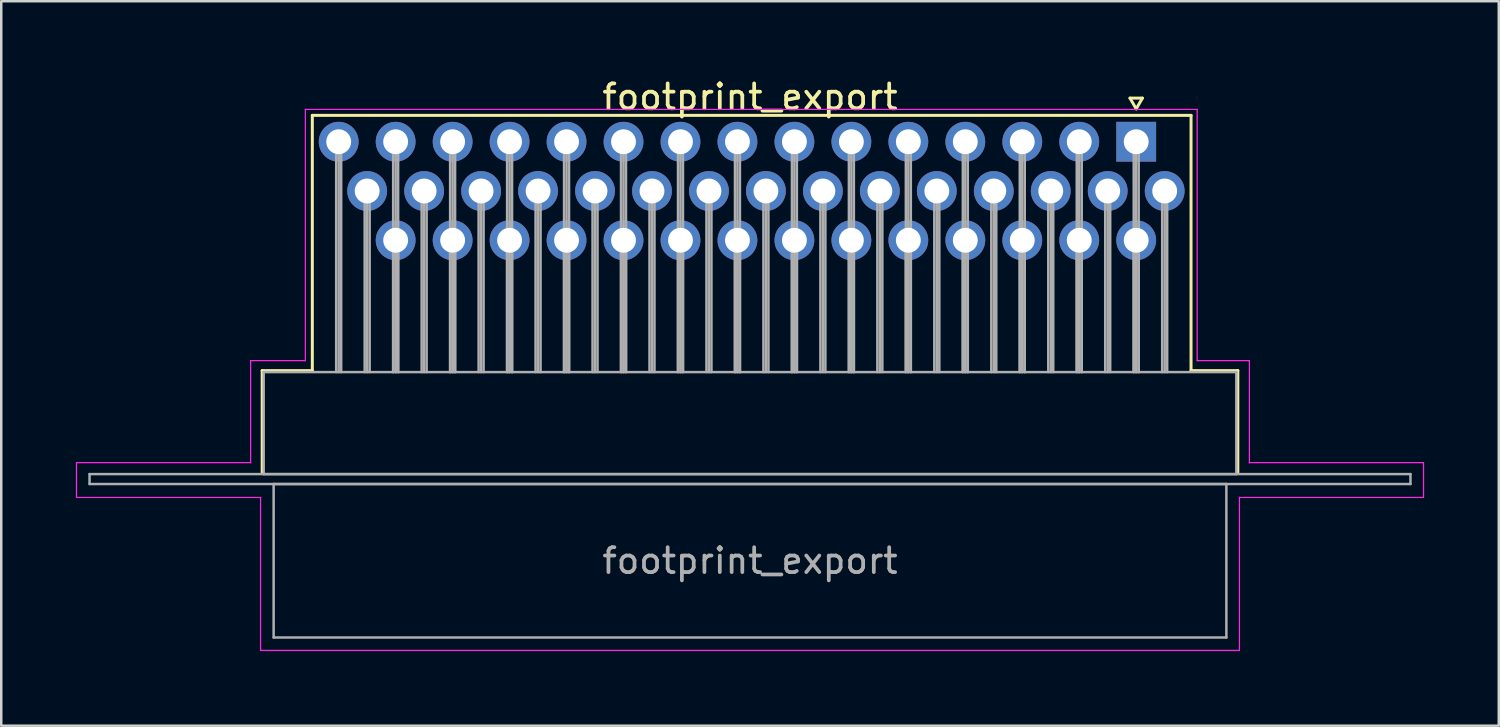
<source format=kicad_pcb>
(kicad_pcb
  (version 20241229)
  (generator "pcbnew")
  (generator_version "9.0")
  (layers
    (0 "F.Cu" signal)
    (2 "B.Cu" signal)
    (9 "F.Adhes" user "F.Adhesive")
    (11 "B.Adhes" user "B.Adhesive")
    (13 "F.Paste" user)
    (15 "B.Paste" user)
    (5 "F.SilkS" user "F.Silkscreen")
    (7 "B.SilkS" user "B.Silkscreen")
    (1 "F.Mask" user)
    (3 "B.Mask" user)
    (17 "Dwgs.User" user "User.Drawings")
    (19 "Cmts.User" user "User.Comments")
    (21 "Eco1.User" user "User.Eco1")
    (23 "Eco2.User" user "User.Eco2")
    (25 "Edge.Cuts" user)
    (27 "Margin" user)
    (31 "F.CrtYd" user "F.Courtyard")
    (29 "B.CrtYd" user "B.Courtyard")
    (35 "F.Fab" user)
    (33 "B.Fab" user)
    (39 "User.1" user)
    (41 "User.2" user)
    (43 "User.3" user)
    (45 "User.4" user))
  (footprint "footprint_export"
    (layer "F.Cu")
    (at 42.625 2.648)
    (property "Reference" "footprint_export" (at -15.525 -1.8 0) (layer "F.SilkS") (effects (font (size 1 1) (thickness 0.15))))
    (attr through_hole)
    (fp_line (start -35.135 9.2) (end -33.12 9.2) (stroke (width 0.12) (type solid)) (layer "F.SilkS"))
    (fp_line (start -35.135 13.3) (end -35.135 9.2) (stroke (width 0.12) (type solid)) (layer "F.SilkS"))
    (fp_line (start -33.12 -1.06) (end 2.205 -1.06) (stroke (width 0.12) (type solid)) (layer "F.SilkS"))
    (fp_line (start -33.12 9.2) (end -33.12 -1.06) (stroke (width 0.12) (type solid)) (layer "F.SilkS"))
    (fp_line (start -0.25 -1.754) (end 0.25 -1.754) (stroke (width 0.12) (type solid)) (layer "F.SilkS"))
    (fp_line (start 0 -1.321) (end -0.25 -1.754) (stroke (width 0.12) (type solid)) (layer "F.SilkS"))
    (fp_line (start 0.25 -1.754) (end 0 -1.321) (stroke (width 0.12) (type solid)) (layer "F.SilkS"))
    (fp_line (start 2.205 -1.06) (end 2.205 9.2) (stroke (width 0.12) (type solid)) (layer "F.SilkS"))
    (fp_line (start 2.205 9.2) (end 4.085 9.2) (stroke (width 0.12) (type solid)) (layer "F.SilkS"))
    (fp_line (start 4.085 9.2) (end 4.085 13.3) (stroke (width 0.12) (type solid)) (layer "F.SilkS"))
    (fp_line (start -42.6 12.9) (end -35.6 12.9) (stroke (width 0.05) (type solid)) (layer "F.CrtYd"))
    (fp_line (start -42.6 14.3) (end -42.6 12.9) (stroke (width 0.05) (type solid)) (layer "F.CrtYd"))
    (fp_line (start -35.6 8.8) (end -33.4 8.8) (stroke (width 0.05) (type solid)) (layer "F.CrtYd"))
    (fp_line (start -35.6 12.9) (end -35.6 8.8) (stroke (width 0.05) (type solid)) (layer "F.CrtYd"))
    (fp_line (start -35.2 14.3) (end -42.6 14.3) (stroke (width 0.05) (type solid)) (layer "F.CrtYd"))
    (fp_line (start -35.2 20.45) (end -35.2 14.3) (stroke (width 0.05) (type solid)) (layer "F.CrtYd"))
    (fp_line (start -33.4 -1.3) (end 2.45 -1.3) (stroke (width 0.05) (type solid)) (layer "F.CrtYd"))
    (fp_line (start -33.4 8.8) (end -33.4 -1.3) (stroke (width 0.05) (type solid)) (layer "F.CrtYd"))
    (fp_line (start 2.45 -1.3) (end 2.45 8.8) (stroke (width 0.05) (type solid)) (layer "F.CrtYd"))
    (fp_line (start 2.45 8.8) (end 4.55 8.8) (stroke (width 0.05) (type solid)) (layer "F.CrtYd"))
    (fp_line (start 4.15 14.3) (end 4.15 20.45) (stroke (width 0.05) (type solid)) (layer "F.CrtYd"))
    (fp_line (start 4.15 20.45) (end -35.2 20.45) (stroke (width 0.05) (type solid)) (layer "F.CrtYd"))
    (fp_line (start 4.55 8.8) (end 4.55 12.9) (stroke (width 0.05) (type solid)) (layer "F.CrtYd"))
    (fp_line (start 4.55 12.9) (end 11.55 12.9) (stroke (width 0.05) (type solid)) (layer "F.CrtYd"))
    (fp_line (start 11.55 12.9) (end 11.55 14.3) (stroke (width 0.05) (type solid)) (layer "F.CrtYd"))
    (fp_line (start 11.55 14.3) (end 4.15 14.3) (stroke (width 0.05) (type solid)) (layer "F.CrtYd"))
    (fp_line (start -42.075 13.36) (end -42.075 13.76) (stroke (width 0.1) (type solid)) (layer "F.Fab"))
    (fp_line (start -42.075 13.76) (end 11.025 13.76) (stroke (width 0.1) (type solid)) (layer "F.Fab"))
    (fp_line (start -35.075 9.26) (end -35.075 13.36) (stroke (width 0.1) (type solid)) (layer "F.Fab"))
    (fp_line (start -35.075 13.36) (end 4.025 13.36) (stroke (width 0.1) (type solid)) (layer "F.Fab"))
    (fp_line (start -34.675 13.76) (end -34.675 19.93) (stroke (width 0.1) (type solid)) (layer "F.Fab"))
    (fp_line (start -34.675 19.93) (end 3.625 19.93) (stroke (width 0.1) (type solid)) (layer "F.Fab"))
    (fp_line (start -32.16 0) (end -32.16 9.26) (stroke (width 0.1) (type solid)) (layer "F.Fab"))
    (fp_line (start -32.06 0) (end -32.06 9.26) (stroke (width 0.1) (type solid)) (layer "F.Fab"))
    (fp_line (start -31.96 0) (end -31.96 9.26) (stroke (width 0.1) (type solid)) (layer "F.Fab"))
    (fp_line (start -31.015 1.98) (end -31.015 9.26) (stroke (width 0.1) (type solid)) (layer "F.Fab"))
    (fp_line (start -30.915 1.98) (end -30.915 9.26) (stroke (width 0.1) (type solid)) (layer "F.Fab"))
    (fp_line (start -30.815 1.98) (end -30.815 9.26) (stroke (width 0.1) (type solid)) (layer "F.Fab"))
    (fp_line (start -29.87 0) (end -29.87 9.26) (stroke (width 0.1) (type solid)) (layer "F.Fab"))
    (fp_line (start -29.87 3.96) (end -29.87 9.26) (stroke (width 0.1) (type solid)) (layer "F.Fab"))
    (fp_line (start -29.77 0) (end -29.77 9.26) (stroke (width 0.1) (type solid)) (layer "F.Fab"))
    (fp_line (start -29.77 3.96) (end -29.77 9.26) (stroke (width 0.1) (type solid)) (layer "F.Fab"))
    (fp_line (start -29.67 0) (end -29.67 9.26) (stroke (width 0.1) (type solid)) (layer "F.Fab"))
    (fp_line (start -29.67 3.96) (end -29.67 9.26) (stroke (width 0.1) (type solid)) (layer "F.Fab"))
    (fp_line (start -28.725 1.98) (end -28.725 9.26) (stroke (width 0.1) (type solid)) (layer "F.Fab"))
    (fp_line (start -28.625 1.98) (end -28.625 9.26) (stroke (width 0.1) (type solid)) (layer "F.Fab"))
    (fp_line (start -28.525 1.98) (end -28.525 9.26) (stroke (width 0.1) (type solid)) (layer "F.Fab"))
    (fp_line (start -27.58 0) (end -27.58 9.26) (stroke (width 0.1) (type solid)) (layer "F.Fab"))
    (fp_line (start -27.58 3.96) (end -27.58 9.26) (stroke (width 0.1) (type solid)) (layer "F.Fab"))
    (fp_line (start -27.48 0) (end -27.48 9.26) (stroke (width 0.1) (type solid)) (layer "F.Fab"))
    (fp_line (start -27.48 3.96) (end -27.48 9.26) (stroke (width 0.1) (type solid)) (layer "F.Fab"))
    (fp_line (start -27.38 0) (end -27.38 9.26) (stroke (width 0.1) (type solid)) (layer "F.Fab"))
    (fp_line (start -27.38 3.96) (end -27.38 9.26) (stroke (width 0.1) (type solid)) (layer "F.Fab"))
    (fp_line (start -26.435 1.98) (end -26.435 9.26) (stroke (width 0.1) (type solid)) (layer "F.Fab"))
    (fp_line (start -26.335 1.98) (end -26.335 9.26) (stroke (width 0.1) (type solid)) (layer "F.Fab"))
    (fp_line (start -26.235 1.98) (end -26.235 9.26) (stroke (width 0.1) (type solid)) (layer "F.Fab"))
    (fp_line (start -25.29 0) (end -25.29 9.26) (stroke (width 0.1) (type solid)) (layer "F.Fab"))
    (fp_line (start -25.29 3.96) (end -25.29 9.26) (stroke (width 0.1) (type solid)) (layer "F.Fab"))
    (fp_line (start -25.19 0) (end -25.19 9.26) (stroke (width 0.1) (type solid)) (layer "F.Fab"))
    (fp_line (start -25.19 3.96) (end -25.19 9.26) (stroke (width 0.1) (type solid)) (layer "F.Fab"))
    (fp_line (start -25.09 0) (end -25.09 9.26) (stroke (width 0.1) (type solid)) (layer "F.Fab"))
    (fp_line (start -25.09 3.96) (end -25.09 9.26) (stroke (width 0.1) (type solid)) (layer "F.Fab"))
    (fp_line (start -24.145 1.98) (end -24.145 9.26) (stroke (width 0.1) (type solid)) (layer "F.Fab"))
    (fp_line (start -24.045 1.98) (end -24.045 9.26) (stroke (width 0.1) (type solid)) (layer "F.Fab"))
    (fp_line (start -23.945 1.98) (end -23.945 9.26) (stroke (width 0.1) (type solid)) (layer "F.Fab"))
    (fp_line (start -23 0) (end -23 9.26) (stroke (width 0.1) (type solid)) (layer "F.Fab"))
    (fp_line (start -23 3.96) (end -23 9.26) (stroke (width 0.1) (type solid)) (layer "F.Fab"))
    (fp_line (start -22.9 0) (end -22.9 9.26) (stroke (width 0.1) (type solid)) (layer "F.Fab"))
    (fp_line (start -22.9 3.96) (end -22.9 9.26) (stroke (width 0.1) (type solid)) (layer "F.Fab"))
    (fp_line (start -22.8 0) (end -22.8 9.26) (stroke (width 0.1) (type solid)) (layer "F.Fab"))
    (fp_line (start -22.8 3.96) (end -22.8 9.26) (stroke (width 0.1) (type solid)) (layer "F.Fab"))
    (fp_line (start -21.855 1.98) (end -21.855 9.26) (stroke (width 0.1) (type solid)) (layer "F.Fab"))
    (fp_line (start -21.755 1.98) (end -21.755 9.26) (stroke (width 0.1) (type solid)) (layer "F.Fab"))
    (fp_line (start -21.655 1.98) (end -21.655 9.26) (stroke (width 0.1) (type solid)) (layer "F.Fab"))
    (fp_line (start -20.71 0) (end -20.71 9.26) (stroke (width 0.1) (type solid)) (layer "F.Fab"))
    (fp_line (start -20.71 3.96) (end -20.71 9.26) (stroke (width 0.1) (type solid)) (layer "F.Fab"))
    (fp_line (start -20.61 0) (end -20.61 9.26) (stroke (width 0.1) (type solid)) (layer "F.Fab"))
    (fp_line (start -20.61 3.96) (end -20.61 9.26) (stroke (width 0.1) (type solid)) (layer "F.Fab"))
    (fp_line (start -20.51 0) (end -20.51 9.26) (stroke (width 0.1) (type solid)) (layer "F.Fab"))
    (fp_line (start -20.51 3.96) (end -20.51 9.26) (stroke (width 0.1) (type solid)) (layer "F.Fab"))
    (fp_line (start -19.565 1.98) (end -19.565 9.26) (stroke (width 0.1) (type solid)) (layer "F.Fab"))
    (fp_line (start -19.465 1.98) (end -19.465 9.26) (stroke (width 0.1) (type solid)) (layer "F.Fab"))
    (fp_line (start -19.365 1.98) (end -19.365 9.26) (stroke (width 0.1) (type solid)) (layer "F.Fab"))
    (fp_line (start -18.42 0) (end -18.42 9.26) (stroke (width 0.1) (type solid)) (layer "F.Fab"))
    (fp_line (start -18.42 3.96) (end -18.42 9.26) (stroke (width 0.1) (type solid)) (layer "F.Fab"))
    (fp_line (start -18.32 0) (end -18.32 9.26) (stroke (width 0.1) (type solid)) (layer "F.Fab"))
    (fp_line (start -18.32 3.96) (end -18.32 9.26) (stroke (width 0.1) (type solid)) (layer "F.Fab"))
    (fp_line (start -18.22 0) (end -18.22 9.26) (stroke (width 0.1) (type solid)) (layer "F.Fab"))
    (fp_line (start -18.22 3.96) (end -18.22 9.26) (stroke (width 0.1) (type solid)) (layer "F.Fab"))
    (fp_line (start -17.275 1.98) (end -17.275 9.26) (stroke (width 0.1) (type solid)) (layer "F.Fab"))
    (fp_line (start -17.175 1.98) (end -17.175 9.26) (stroke (width 0.1) (type solid)) (layer "F.Fab"))
    (fp_line (start -17.075 1.98) (end -17.075 9.26) (stroke (width 0.1) (type solid)) (layer "F.Fab"))
    (fp_line (start -16.13 0) (end -16.13 9.26) (stroke (width 0.1) (type solid)) (layer "F.Fab"))
    (fp_line (start -16.13 3.96) (end -16.13 9.26) (stroke (width 0.1) (type solid)) (layer "F.Fab"))
    (fp_line (start -16.03 0) (end -16.03 9.26) (stroke (width 0.1) (type solid)) (layer "F.Fab"))
    (fp_line (start -16.03 3.96) (end -16.03 9.26) (stroke (width 0.1) (type solid)) (layer "F.Fab"))
    (fp_line (start -15.93 0) (end -15.93 9.26) (stroke (width 0.1) (type solid)) (layer "F.Fab"))
    (fp_line (start -15.93 3.96) (end -15.93 9.26) (stroke (width 0.1) (type solid)) (layer "F.Fab"))
    (fp_line (start -14.985 1.98) (end -14.985 9.26) (stroke (width 0.1) (type solid)) (layer "F.Fab"))
    (fp_line (start -14.885 1.98) (end -14.885 9.26) (stroke (width 0.1) (type solid)) (layer "F.Fab"))
    (fp_line (start -14.785 1.98) (end -14.785 9.26) (stroke (width 0.1) (type solid)) (layer "F.Fab"))
    (fp_line (start -13.84 0) (end -13.84 9.26) (stroke (width 0.1) (type solid)) (layer "F.Fab"))
    (fp_line (start -13.84 3.96) (end -13.84 9.26) (stroke (width 0.1) (type solid)) (layer "F.Fab"))
    (fp_line (start -13.74 0) (end -13.74 9.26) (stroke (width 0.1) (type solid)) (layer "F.Fab"))
    (fp_line (start -13.74 3.96) (end -13.74 9.26) (stroke (width 0.1) (type solid)) (layer "F.Fab"))
    (fp_line (start -13.64 0) (end -13.64 9.26) (stroke (width 0.1) (type solid)) (layer "F.Fab"))
    (fp_line (start -13.64 3.96) (end -13.64 9.26) (stroke (width 0.1) (type solid)) (layer "F.Fab"))
    (fp_line (start -12.695 1.98) (end -12.695 9.26) (stroke (width 0.1) (type solid)) (layer "F.Fab"))
    (fp_line (start -12.595 1.98) (end -12.595 9.26) (stroke (width 0.1) (type solid)) (layer "F.Fab"))
    (fp_line (start -12.495 1.98) (end -12.495 9.26) (stroke (width 0.1) (type solid)) (layer "F.Fab"))
    (fp_line (start -11.55 0) (end -11.55 9.26) (stroke (width 0.1) (type solid)) (layer "F.Fab"))
    (fp_line (start -11.55 3.96) (end -11.55 9.26) (stroke (width 0.1) (type solid)) (layer "F.Fab"))
    (fp_line (start -11.45 0) (end -11.45 9.26) (stroke (width 0.1) (type solid)) (layer "F.Fab"))
    (fp_line (start -11.45 3.96) (end -11.45 9.26) (stroke (width 0.1) (type solid)) (layer "F.Fab"))
    (fp_line (start -11.35 0) (end -11.35 9.26) (stroke (width 0.1) (type solid)) (layer "F.Fab"))
    (fp_line (start -11.35 3.96) (end -11.35 9.26) (stroke (width 0.1) (type solid)) (layer "F.Fab"))
    (fp_line (start -10.405 1.98) (end -10.405 9.26) (stroke (width 0.1) (type solid)) (layer "F.Fab"))
    (fp_line (start -10.305 1.98) (end -10.305 9.26) (stroke (width 0.1) (type solid)) (layer "F.Fab"))
    (fp_line (start -10.205 1.98) (end -10.205 9.26) (stroke (width 0.1) (type solid)) (layer "F.Fab"))
    (fp_line (start -9.26 0) (end -9.26 9.26) (stroke (width 0.1) (type solid)) (layer "F.Fab"))
    (fp_line (start -9.26 3.96) (end -9.26 9.26) (stroke (width 0.1) (type solid)) (layer "F.Fab"))
    (fp_line (start -9.16 0) (end -9.16 9.26) (stroke (width 0.1) (type solid)) (layer "F.Fab"))
    (fp_line (start -9.16 3.96) (end -9.16 9.26) (stroke (width 0.1) (type solid)) (layer "F.Fab"))
    (fp_line (start -9.06 0) (end -9.06 9.26) (stroke (width 0.1) (type solid)) (layer "F.Fab"))
    (fp_line (start -9.06 3.96) (end -9.06 9.26) (stroke (width 0.1) (type solid)) (layer "F.Fab"))
    (fp_line (start -8.115 1.98) (end -8.115 9.26) (stroke (width 0.1) (type solid)) (layer "F.Fab"))
    (fp_line (start -8.015 1.98) (end -8.015 9.26) (stroke (width 0.1) (type solid)) (layer "F.Fab"))
    (fp_line (start -7.915 1.98) (end -7.915 9.26) (stroke (width 0.1) (type solid)) (layer "F.Fab"))
    (fp_line (start -6.97 0) (end -6.97 9.26) (stroke (width 0.1) (type solid)) (layer "F.Fab"))
    (fp_line (start -6.97 3.96) (end -6.97 9.26) (stroke (width 0.1) (type solid)) (layer "F.Fab"))
    (fp_line (start -6.87 0) (end -6.87 9.26) (stroke (width 0.1) (type solid)) (layer "F.Fab"))
    (fp_line (start -6.87 3.96) (end -6.87 9.26) (stroke (width 0.1) (type solid)) (layer "F.Fab"))
    (fp_line (start -6.77 0) (end -6.77 9.26) (stroke (width 0.1) (type solid)) (layer "F.Fab"))
    (fp_line (start -6.77 3.96) (end -6.77 9.26) (stroke (width 0.1) (type solid)) (layer "F.Fab"))
    (fp_line (start -5.825 1.98) (end -5.825 9.26) (stroke (width 0.1) (type solid)) (layer "F.Fab"))
    (fp_line (start -5.725 1.98) (end -5.725 9.26) (stroke (width 0.1) (type solid)) (layer "F.Fab"))
    (fp_line (start -5.625 1.98) (end -5.625 9.26) (stroke (width 0.1) (type solid)) (layer "F.Fab"))
    (fp_line (start -4.68 0) (end -4.68 9.26) (stroke (width 0.1) (type solid)) (layer "F.Fab"))
    (fp_line (start -4.68 3.96) (end -4.68 9.26) (stroke (width 0.1) (type solid)) (layer "F.Fab"))
    (fp_line (start -4.58 0) (end -4.58 9.26) (stroke (width 0.1) (type solid)) (layer "F.Fab"))
    (fp_line (start -4.58 3.96) (end -4.58 9.26) (stroke (width 0.1) (type solid)) (layer "F.Fab"))
    (fp_line (start -4.48 0) (end -4.48 9.26) (stroke (width 0.1) (type solid)) (layer "F.Fab"))
    (fp_line (start -4.48 3.96) (end -4.48 9.26) (stroke (width 0.1) (type solid)) (layer "F.Fab"))
    (fp_line (start -3.535 1.98) (end -3.535 9.26) (stroke (width 0.1) (type solid)) (layer "F.Fab"))
    (fp_line (start -3.435 1.98) (end -3.435 9.26) (stroke (width 0.1) (type solid)) (layer "F.Fab"))
    (fp_line (start -3.335 1.98) (end -3.335 9.26) (stroke (width 0.1) (type solid)) (layer "F.Fab"))
    (fp_line (start -2.39 0) (end -2.39 9.26) (stroke (width 0.1) (type solid)) (layer "F.Fab"))
    (fp_line (start -2.39 3.96) (end -2.39 9.26) (stroke (width 0.1) (type solid)) (layer "F.Fab"))
    (fp_line (start -2.29 0) (end -2.29 9.26) (stroke (width 0.1) (type solid)) (layer "F.Fab"))
    (fp_line (start -2.29 3.96) (end -2.29 9.26) (stroke (width 0.1) (type solid)) (layer "F.Fab"))
    (fp_line (start -2.19 0) (end -2.19 9.26) (stroke (width 0.1) (type solid)) (layer "F.Fab"))
    (fp_line (start -2.19 3.96) (end -2.19 9.26) (stroke (width 0.1) (type solid)) (layer "F.Fab"))
    (fp_line (start -1.245 1.98) (end -1.245 9.26) (stroke (width 0.1) (type solid)) (layer "F.Fab"))
    (fp_line (start -1.145 1.98) (end -1.145 9.26) (stroke (width 0.1) (type solid)) (layer "F.Fab"))
    (fp_line (start -1.045 1.98) (end -1.045 9.26) (stroke (width 0.1) (type solid)) (layer "F.Fab"))
    (fp_line (start -0.1 0) (end -0.1 9.26) (stroke (width 0.1) (type solid)) (layer "F.Fab"))
    (fp_line (start -0.1 3.96) (end -0.1 9.26) (stroke (width 0.1) (type solid)) (layer "F.Fab"))
    (fp_line (start 0 0) (end 0 9.26) (stroke (width 0.1) (type solid)) (layer "F.Fab"))
    (fp_line (start 0 3.96) (end 0 9.26) (stroke (width 0.1) (type solid)) (layer "F.Fab"))
    (fp_line (start 0.1 0) (end 0.1 9.26) (stroke (width 0.1) (type solid)) (layer "F.Fab"))
    (fp_line (start 0.1 3.96) (end 0.1 9.26) (stroke (width 0.1) (type solid)) (layer "F.Fab"))
    (fp_line (start 1.045 1.98) (end 1.045 9.26) (stroke (width 0.1) (type solid)) (layer "F.Fab"))
    (fp_line (start 1.145 1.98) (end 1.145 9.26) (stroke (width 0.1) (type solid)) (layer "F.Fab"))
    (fp_line (start 1.245 1.98) (end 1.245 9.26) (stroke (width 0.1) (type solid)) (layer "F.Fab"))
    (fp_line (start 3.625 13.76) (end -34.675 13.76) (stroke (width 0.1) (type solid)) (layer "F.Fab"))
    (fp_line (start 3.625 19.93) (end 3.625 13.76) (stroke (width 0.1) (type solid)) (layer "F.Fab"))
    (fp_line (start 4.025 9.26) (end -35.075 9.26) (stroke (width 0.1) (type solid)) (layer "F.Fab"))
    (fp_line (start 4.025 13.36) (end 4.025 9.26) (stroke (width 0.1) (type solid)) (layer "F.Fab"))
    (fp_line (start 11.025 13.36) (end -42.075 13.36) (stroke (width 0.1) (type solid)) (layer "F.Fab"))
    (fp_line (start 11.025 13.76) (end 11.025 13.36) (stroke (width 0.1) (type solid)) (layer "F.Fab"))
    (fp_text user "${REFERENCE}" (at -15.525 16.845 0) (layer "F.Fab") (effects (font (size 1 1) (thickness 0.15))))
    (pad "1" thru_hole rect (at 0 0) (size 1.6 1.6) (drill 1) (layers "*.Cu" "*.Mask"))
    (pad "2" thru_hole circle (at -2.29 0) (size 1.6 1.6) (drill 1) (layers "*.Cu" "*.Mask"))
    (pad "3" thru_hole circle (at -4.58 0) (size 1.6 1.6) (drill 1) (layers "*.Cu" "*.Mask"))
    (pad "4" thru_hole circle (at -6.87 0) (size 1.6 1.6) (drill 1) (layers "*.Cu" "*.Mask"))
    (pad "5" thru_hole circle (at -9.16 0) (size 1.6 1.6) (drill 1) (layers "*.Cu" "*.Mask"))
    (pad "6" thru_hole circle (at -11.45 0) (size 1.6 1.6) (drill 1) (layers "*.Cu" "*.Mask"))
    (pad "7" thru_hole circle (at -13.74 0) (size 1.6 1.6) (drill 1) (layers "*.Cu" "*.Mask"))
    (pad "8" thru_hole circle (at -16.03 0) (size 1.6 1.6) (drill 1) (layers "*.Cu" "*.Mask"))
    (pad "9" thru_hole circle (at -18.32 0) (size 1.6 1.6) (drill 1) (layers "*.Cu" "*.Mask"))
    (pad "10" thru_hole circle (at -20.61 0) (size 1.6 1.6) (drill 1) (layers "*.Cu" "*.Mask"))
    (pad "11" thru_hole circle (at -22.9 0) (size 1.6 1.6) (drill 1) (layers "*.Cu" "*.Mask"))
    (pad "12" thru_hole circle (at -25.19 0) (size 1.6 1.6) (drill 1) (layers "*.Cu" "*.Mask"))
    (pad "13" thru_hole circle (at -27.48 0) (size 1.6 1.6) (drill 1) (layers "*.Cu" "*.Mask"))
    (pad "14" thru_hole circle (at -29.77 0) (size 1.6 1.6) (drill 1) (layers "*.Cu" "*.Mask"))
    (pad "15" thru_hole circle (at -32.06 0) (size 1.6 1.6) (drill 1) (layers "*.Cu" "*.Mask"))
    (pad "16" thru_hole circle (at 1.145 1.98) (size 1.6 1.6) (drill 1) (layers "*.Cu" "*.Mask"))
    (pad "17" thru_hole circle (at -1.145 1.98) (size 1.6 1.6) (drill 1) (layers "*.Cu" "*.Mask"))
    (pad "18" thru_hole circle (at -3.435 1.98) (size 1.6 1.6) (drill 1) (layers "*.Cu" "*.Mask"))
    (pad "19" thru_hole circle (at -5.725 1.98) (size 1.6 1.6) (drill 1) (layers "*.Cu" "*.Mask"))
    (pad "20" thru_hole circle (at -8.015 1.98) (size 1.6 1.6) (drill 1) (layers "*.Cu" "*.Mask"))
    (pad "21" thru_hole circle (at -10.305 1.98) (size 1.6 1.6) (drill 1) (layers "*.Cu" "*.Mask"))
    (pad "22" thru_hole circle (at -12.595 1.98) (size 1.6 1.6) (drill 1) (layers "*.Cu" "*.Mask"))
    (pad "23" thru_hole circle (at -14.885 1.98) (size 1.6 1.6) (drill 1) (layers "*.Cu" "*.Mask"))
    (pad "24" thru_hole circle (at -17.175 1.98) (size 1.6 1.6) (drill 1) (layers "*.Cu" "*.Mask"))
    (pad "25" thru_hole circle (at -19.465 1.98) (size 1.6 1.6) (drill 1) (layers "*.Cu" "*.Mask"))
    (pad "26" thru_hole circle (at -21.755 1.98) (size 1.6 1.6) (drill 1) (layers "*.Cu" "*.Mask"))
    (pad "27" thru_hole circle (at -24.045 1.98) (size 1.6 1.6) (drill 1) (layers "*.Cu" "*.Mask"))
    (pad "28" thru_hole circle (at -26.335 1.98) (size 1.6 1.6) (drill 1) (layers "*.Cu" "*.Mask"))
    (pad "29" thru_hole circle (at -28.625 1.98) (size 1.6 1.6) (drill 1) (layers "*.Cu" "*.Mask"))
    (pad "30" thru_hole circle (at -30.915 1.98) (size 1.6 1.6) (drill 1) (layers "*.Cu" "*.Mask"))
    (pad "31" thru_hole circle (at 0 3.96) (size 1.6 1.6) (drill 1) (layers "*.Cu" "*.Mask"))
    (pad "32" thru_hole circle (at -2.29 3.96) (size 1.6 1.6) (drill 1) (layers "*.Cu" "*.Mask"))
    (pad "33" thru_hole circle (at -4.58 3.96) (size 1.6 1.6) (drill 1) (layers "*.Cu" "*.Mask"))
    (pad "34" thru_hole circle (at -6.87 3.96) (size 1.6 1.6) (drill 1) (layers "*.Cu" "*.Mask"))
    (pad "35" thru_hole circle (at -9.16 3.96) (size 1.6 1.6) (drill 1) (layers "*.Cu" "*.Mask"))
    (pad "36" thru_hole circle (at -11.45 3.96) (size 1.6 1.6) (drill 1) (layers "*.Cu" "*.Mask"))
    (pad "37" thru_hole circle (at -13.74 3.96) (size 1.6 1.6) (drill 1) (layers "*.Cu" "*.Mask"))
    (pad "38" thru_hole circle (at -16.03 3.96) (size 1.6 1.6) (drill 1) (layers "*.Cu" "*.Mask"))
    (pad "39" thru_hole circle (at -18.32 3.96) (size 1.6 1.6) (drill 1) (layers "*.Cu" "*.Mask"))
    (pad "40" thru_hole circle (at -20.61 3.96) (size 1.6 1.6) (drill 1) (layers "*.Cu" "*.Mask"))
    (pad "41" thru_hole circle (at -22.9 3.96) (size 1.6 1.6) (drill 1) (layers "*.Cu" "*.Mask"))
    (pad "42" thru_hole circle (at -25.19 3.96) (size 1.6 1.6) (drill 1) (layers "*.Cu" "*.Mask"))
    (pad "43" thru_hole circle (at -27.48 3.96) (size 1.6 1.6) (drill 1) (layers "*.Cu" "*.Mask"))
    (pad "44" thru_hole circle (at -29.77 3.96) (size 1.6 1.6) (drill 1) (layers "*.Cu" "*.Mask")))
  (gr_rect
    (start -3 -3)
    (end 57.2 26.123)
    (stroke (width 0.1) (type default))
    (fill no)
    (layer "Edge.Cuts")))
</source>
